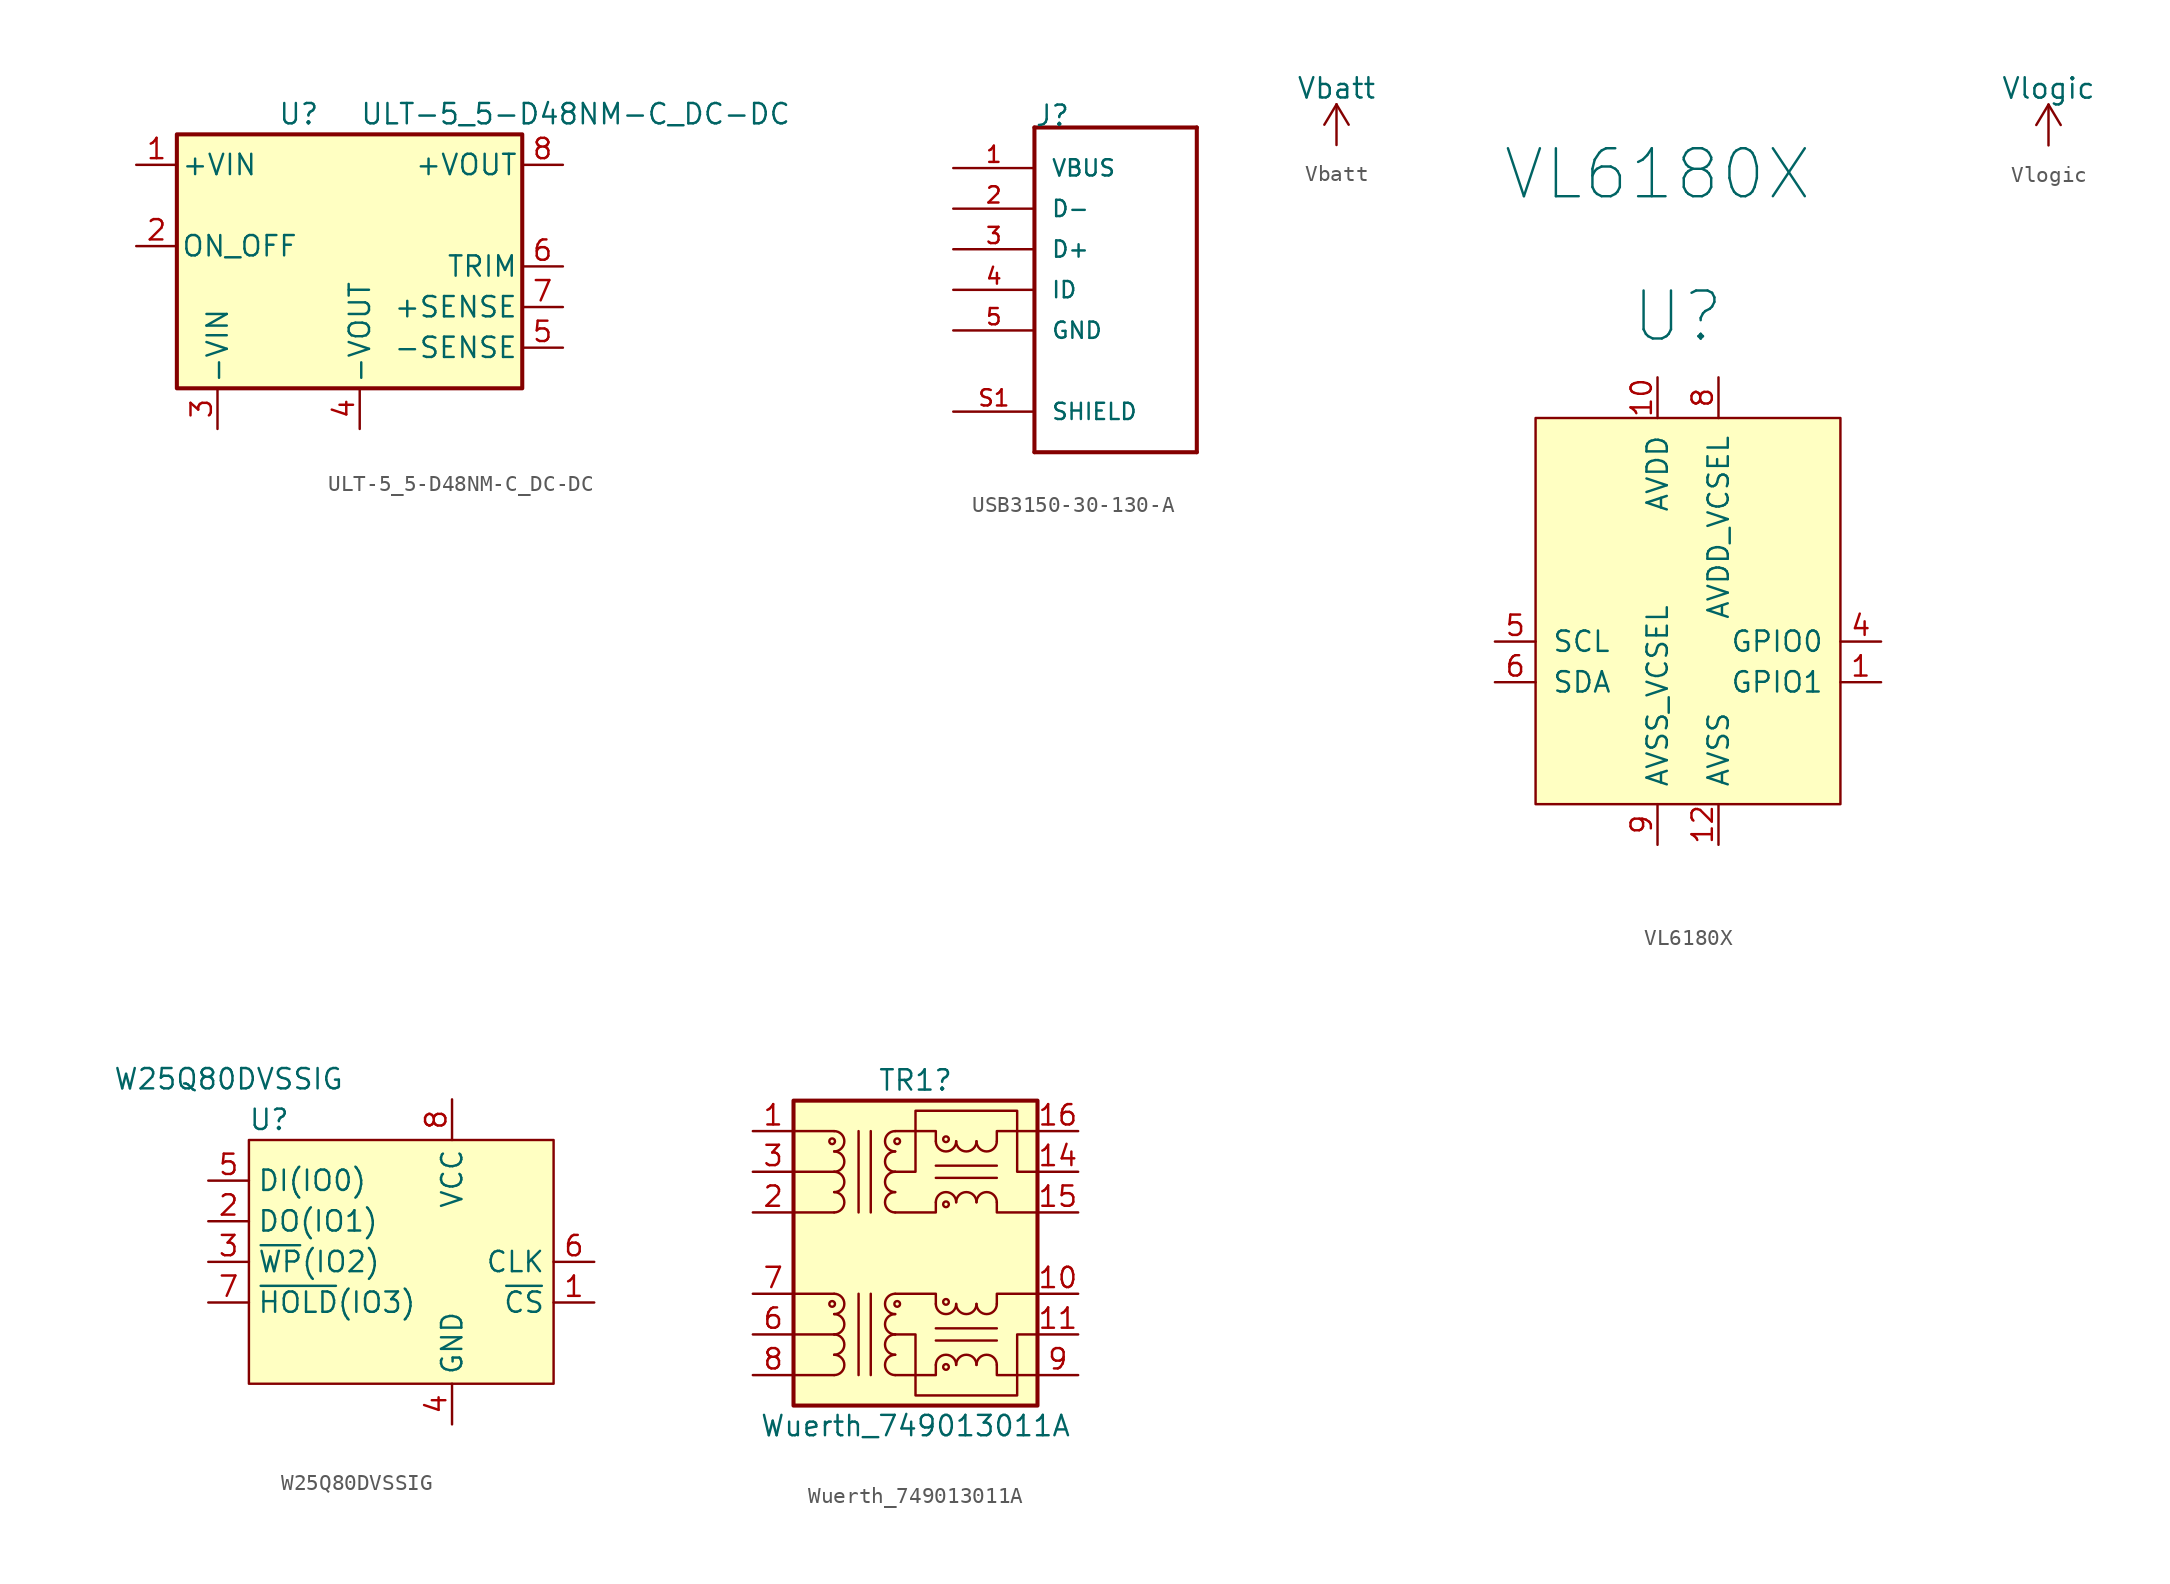
<source format=kicad_sym>
(kicad_symbol_lib
  (version 20220914)
  (generator kicad_symbol_editor)
  (symbol "ULT-5_5-D48NM-C_DC-DC"
    (pin_names
      (offset 0.254))
    (property "Reference" "U"
      (at -3.81 5.715 0)
      (effects (font (size 1.27 1.27))))
    (property "Value" "ULT-5_5-D48NM-C_DC-DC"
      (at 0 5.715 0)
      (effects (font (size 1.27 1.27)) (justify left)))
    (symbol "ULT-5_5-D48NM-C_DC-DC_0_1"
      (rectangle (start -11.43 4.445) (end 10.16 -11.43) (stroke (width 0.254) (type default)) (fill (type background))))
    (symbol "ULT-5_5-D48NM-C_DC-DC_1_1"
      (pin power_in line (at -13.97 2.54 0) (length 2.54) (name "+VIN" (effects (font (size 1.27 1.27)))) (number "1" (effects (font (size 1.27 1.27)))))
      (pin input line (at -13.97 -2.54 0) (length 2.54) (name "ON_OFF" (effects (font (size 1.27 1.27)))) (number "2" (effects (font (size 1.27 1.27)))))
      (pin power_in line (at -8.89 -13.97 90) (length 2.54) (name "-VIN" (effects (font (size 1.27 1.27)))) (number "3" (effects (font (size 1.27 1.27)))))
      (pin power_in line (at 0 -13.97 90) (length 2.54) (name "-VOUT" (effects (font (size 1.27 1.27)))) (number "4" (effects (font (size 1.27 1.27)))))
      (pin input line (at 12.7 -8.89 180) (length 2.54) (name "-SENSE" (effects (font (size 1.27 1.27)))) (number "5" (effects (font (size 1.27 1.27)))))
      (pin input line (at 12.7 -3.81 180) (length 2.54) (name "TRIM" (effects (font (size 1.27 1.27)))) (number "6" (effects (font (size 1.27 1.27)))))
      (pin input line (at 12.7 -6.35 180) (length 2.54) (name "+SENSE" (effects (font (size 1.27 1.27)))) (number "7" (effects (font (size 1.27 1.27)))))
      (pin power_out line (at 12.7 2.54 180) (length 2.54) (name "+VOUT" (effects (font (size 1.27 1.27)))) (number "8" (effects (font (size 1.27 1.27)))))))
  (symbol "USB3150-30-130-A"
    (pin_names
      (offset 1.016))
    (property "Reference" "J"
      (at -5.08 10.16 0)
      (effects (font (size 1.27 1.27)) (justify left bottom)))
    (symbol "USB3150-30-130-A_0_0"
      (polyline (pts (xy -5.08 -10.16) (xy 5.08 -10.16)) (stroke (width 0.254) (type default)) (fill (type none)))
      (polyline (pts (xy -5.08 10.16) (xy -5.08 -10.16)) (stroke (width 0.254) (type default)) (fill (type none)))
      (polyline (pts (xy 5.08 -10.16) (xy 5.08 10.16)) (stroke (width 0.254) (type default)) (fill (type none)))
      (polyline (pts (xy 5.08 10.16) (xy -5.08 10.16)) (stroke (width 0.254) (type default)) (fill (type none)))
      (pin passive line (at -10.16 7.62 0) (length 5.08) (name "VBUS" (effects (font (size 1.016 1.016)))) (number "1" (effects (font (size 1.016 1.016)))))
      (pin passive line (at -10.16 5.08 0) (length 5.08) (name "D-" (effects (font (size 1.016 1.016)))) (number "2" (effects (font (size 1.016 1.016)))))
      (pin passive line (at -10.16 2.54 0) (length 5.08) (name "D+" (effects (font (size 1.016 1.016)))) (number "3" (effects (font (size 1.016 1.016)))))
      (pin passive line (at -10.16 0 0) (length 5.08) (name "ID" (effects (font (size 1.016 1.016)))) (number "4" (effects (font (size 1.016 1.016)))))
      (pin passive line (at -10.16 -2.54 0) (length 5.08) (name "GND" (effects (font (size 1.016 1.016)))) (number "5" (effects (font (size 1.016 1.016)))))
      (pin passive line (at -10.16 -7.62 0) (length 5.08) (name "SHIELD" (effects (font (size 1.016 1.016)))) (number "S1" (effects (font (size 1.016 1.016)))))
      (pin passive line (at -10.16 -7.62 0) (length 5.08) hide (name "SHIELD" (effects (font (size 1.016 1.016)))) (number "S2" (effects (font (size 1.016 1.016)))))
      (pin passive line (at -10.16 -7.62 0) (length 5.08) hide (name "SHIELD" (effects (font (size 1.016 1.016)))) (number "S3" (effects (font (size 1.016 1.016)))))
      (pin passive line (at -10.16 -7.62 0) (length 5.08) hide (name "SHIELD" (effects (font (size 1.016 1.016)))) (number "S4" (effects (font (size 1.016 1.016)))))
      (pin passive line (at -10.16 -7.62 0) (length 5.08) hide (name "SHIELD" (effects (font (size 1.016 1.016)))) (number "S5" (effects (font (size 1.016 1.016)))))
      (pin passive line (at -10.16 -7.62 0) (length 5.08) hide (name "SHIELD" (effects (font (size 1.016 1.016)))) (number "S6" (effects (font (size 1.016 1.016)))))))
  (symbol "Vbatt"
    (power)
    (pin_names
      (offset 0))
    (property "Reference" "#PWR"
      (at 0 -3.81 0)
      (effects (font (size 1.27 1.27)) hide))
    (property "Value" "Vbatt"
      (at 0 3.556 0)
      (effects (font (size 1.27 1.27))))
    (symbol "Vbatt_0_1"
      (polyline (pts (xy -0.762 1.27) (xy 0 2.54)) (stroke (width 0) (type default)) (fill (type none)))
      (polyline (pts (xy 0 0) (xy 0 2.54)) (stroke (width 0) (type default)) (fill (type none)))
      (polyline (pts (xy 0 2.54) (xy 0.762 1.27)) (stroke (width 0) (type default)) (fill (type none))))
    (symbol "Vbatt_1_1"
      (pin power_in line (at 0 0 90) (length 0) hide (name "Vbatt" (effects (font (size 1.27 1.27)))) (number "1" (effects (font (size 1.27 1.27)))))))
  (symbol "VL6180X"
    (pin_names
      (offset 1.016))
    (property "Reference" "U"
      (at 0 17.78 0)
      (effects (font (size 2.997 2.997))))
    (property "Value" "VL6180X"
      (at -1.27 26.67 0)
      (effects (font (size 2.997 2.997))))
    (symbol "VL6180X_0_1"
      (rectangle (start -8.89 11.43) (end 10.16 -12.7) (stroke (width 0) (type default)) (fill (type background))))
    (symbol "VL6180X_1_1"
      (pin output line (at 12.7 -5.08 180) (length 2.54) (name "GPIO1" (effects (font (size 1.27 1.27)))) (number "1" (effects (font (size 1.27 1.27)))))
      (pin power_in line (at -1.27 13.97 270) (length 2.54) (name "AVDD" (effects (font (size 1.27 1.27)))) (number "10" (effects (font (size 1.27 1.27)))))
      (pin power_in line (at 2.54 -15.24 90) (length 2.54) (name "AVSS" (effects (font (size 1.27 1.27)))) (number "12" (effects (font (size 1.27 1.27)))))
      (pin output line (at 12.7 -2.54 180) (length 2.54) (name "GPIO0" (effects (font (size 1.27 1.27)))) (number "4" (effects (font (size 1.27 1.27)))))
      (pin input line (at -11.43 -2.54 0) (length 2.54) (name "SCL" (effects (font (size 1.27 1.27)))) (number "5" (effects (font (size 1.27 1.27)))))
      (pin bidirectional line (at -11.43 -5.08 0) (length 2.54) (name "SDA" (effects (font (size 1.27 1.27)))) (number "6" (effects (font (size 1.27 1.27)))))
      (pin power_in line (at 2.54 13.97 270) (length 2.54) (name "AVDD_VCSEL" (effects (font (size 1.27 1.27)))) (number "8" (effects (font (size 1.27 1.27)))))
      (pin power_in line (at -1.27 -15.24 90) (length 2.54) (name "AVSS_VCSEL" (effects (font (size 1.27 1.27)))) (number "9" (effects (font (size 1.27 1.27)))))))
  (symbol "Vlogic"
    (power)
    (pin_names
      (offset 0))
    (property "Reference" "#PWR"
      (at 0 -3.81 0)
      (effects (font (size 1.27 1.27)) hide))
    (property "Value" "Vlogic"
      (at 0 3.556 0)
      (effects (font (size 1.27 1.27))))
    (symbol "Vlogic_0_1"
      (polyline (pts (xy -0.762 1.27) (xy 0 2.54)) (stroke (width 0) (type default)) (fill (type none)))
      (polyline (pts (xy 0 0) (xy 0 2.54)) (stroke (width 0) (type default)) (fill (type none)))
      (polyline (pts (xy 0 2.54) (xy 0.762 1.27)) (stroke (width 0) (type default)) (fill (type none))))
    (symbol "Vlogic_1_1"
      (pin power_in line (at 0 0 90) (length 0) hide (name "Vlogic" (effects (font (size 1.27 1.27)))) (number "1" (effects (font (size 1.27 1.27)))))))
  (symbol "W25Q80DVSSIG"
    (property "Reference" "U"
      (at -7.62 8.89 0)
      (effects (font (size 1.27 1.27))))
    (property "Value" "W25Q80DVSSIG"
      (at -10.16 11.43 0)
      (effects (font (size 1.27 1.27))))
    (symbol "W25Q80DVSSIG_0_1"
      (rectangle (start -8.89 7.62) (end 10.16 -7.62) (stroke (width 0) (type default)) (fill (type background))))
    (symbol "W25Q80DVSSIG_1_1"
      (pin input line (at 12.7 -2.54 180) (length 2.54) (name "~{CS}" (effects (font (size 1.27 1.27)))) (number "1" (effects (font (size 1.27 1.27)))))
      (pin bidirectional line (at -11.43 2.54 0) (length 2.54) (name "DO(IO1)" (effects (font (size 1.27 1.27)))) (number "2" (effects (font (size 1.27 1.27)))))
      (pin bidirectional line (at -11.43 0 0) (length 2.54) (name "~{WP}(IO2)" (effects (font (size 1.27 1.27)))) (number "3" (effects (font (size 1.27 1.27)))))
      (pin power_in line (at 3.81 -10.16 90) (length 2.54) (name "GND" (effects (font (size 1.27 1.27)))) (number "4" (effects (font (size 1.27 1.27)))))
      (pin bidirectional line (at -11.43 5.08 0) (length 2.54) (name "DI(IO0)" (effects (font (size 1.27 1.27)))) (number "5" (effects (font (size 1.27 1.27)))))
      (pin input line (at 12.7 0 180) (length 2.54) (name "CLK" (effects (font (size 1.27 1.27)))) (number "6" (effects (font (size 1.27 1.27)))))
      (pin bidirectional line (at -11.43 -2.54 0) (length 2.54) (name "~{HOLD}(IO3)" (effects (font (size 1.27 1.27)))) (number "7" (effects (font (size 1.27 1.27)))))
      (pin power_in line (at 3.81 10.16 270) (length 2.54) (name "VCC" (effects (font (size 1.27 1.27)))) (number "8" (effects (font (size 1.27 1.27)))))))
  (symbol "Wuerth_749013011A"
    (pin_names hide)
    (property "Reference" "TR1"
      (at 0 10.795 0)
      (effects (font (size 1.27 1.27))))
    (property "Value" "Wuerth_749013011A"
      (at 0 -10.795 0)
      (effects (font (size 1.27 1.27))))
    (symbol "Wuerth_749013011A_0_1"
      (rectangle (start -7.62 9.525) (end 7.62 -9.525) (stroke (width 0.254) (type default)) (fill (type background)))
      (circle (center -5.207 6.985) (radius 0.178) (stroke (width 0) (type default)) (fill (type none)))
      (arc (start -5.08 6.35) (mid -4.4477 6.985) (end -5.08 7.62) (stroke (width 0) (type default)) (fill (type none)))
      (polyline (pts (xy -5.08 2.54) (xy -7.62 2.54)) (stroke (width 0) (type default)) (fill (type none)))
      (polyline (pts (xy -5.08 5.08) (xy -7.62 5.08)) (stroke (width 0) (type default)) (fill (type none)))
      (polyline (pts (xy -5.08 7.62) (xy -7.62 7.62)) (stroke (width 0) (type default)) (fill (type none)))
      (polyline (pts (xy -3.556 -2.54) (xy -3.556 -7.62)) (stroke (width 0) (type default)) (fill (type none)))
      (polyline (pts (xy -3.556 2.54) (xy -3.556 7.62)) (stroke (width 0) (type default)) (fill (type none)))
      (polyline (pts (xy -2.794 -7.62) (xy -2.794 -2.54)) (stroke (width 0) (type default)) (fill (type none)))
      (polyline (pts (xy -2.794 7.62) (xy -2.794 2.54)) (stroke (width 0) (type default)) (fill (type none)))
      (polyline (pts (xy 1.27 4.699) (xy 5.08 4.699)) (stroke (width 0) (type default)) (fill (type none)))
      (polyline (pts (xy 1.27 5.461) (xy 5.08 5.461)) (stroke (width 0) (type default)) (fill (type none)))
      (polyline (pts (xy -1.27 2.54) (xy 1.27 2.54) (xy 1.27 3.175)) (stroke (width 0) (type default)) (fill (type none)))
      (polyline (pts (xy 1.27 6.985) (xy 1.27 7.62) (xy -1.27 7.62)) (stroke (width 0) (type default)) (fill (type none)))
      (polyline (pts (xy 5.08 3.175) (xy 5.08 2.54) (xy 7.62 2.54)) (stroke (width 0) (type default)) (fill (type none)))
      (polyline (pts (xy 5.08 6.985) (xy 5.08 7.62) (xy 7.62 7.62)) (stroke (width 0) (type default)) (fill (type none)))
      (polyline (pts (xy -1.27 5.08) (xy 0 5.08) (xy 0 8.89) (xy 6.35 8.89) (xy 6.35 5.08) (xy 7.62 5.08)) (stroke (width 0) (type default)) (fill (type none))))
    (symbol "Wuerth_749013011A_1_1"
      (circle (center -5.207 -3.175) (radius 0.178) (stroke (width 0) (type default)) (fill (type none)))
      (arc (start -5.08 -7.62) (mid -4.4477 -6.985) (end -5.08 -6.35) (stroke (width 0) (type default)) (fill (type none)))
      (arc (start -5.08 -6.35) (mid -4.4477 -5.715) (end -5.08 -5.08) (stroke (width 0) (type default)) (fill (type none)))
      (arc (start -5.08 -5.08) (mid -4.4477 -4.445) (end -5.08 -3.81) (stroke (width 0) (type default)) (fill (type none)))
      (arc (start -5.08 -3.81) (mid -4.4477 -3.175) (end -5.08 -2.54) (stroke (width 0) (type default)) (fill (type none)))
      (arc (start -5.08 2.54) (mid -4.4477 3.175) (end -5.08 3.81) (stroke (width 0) (type default)) (fill (type none)))
      (arc (start -5.08 3.81) (mid -4.4477 4.445) (end -5.08 5.08) (stroke (width 0) (type default)) (fill (type none)))
      (arc (start -5.08 5.08) (mid -4.4477 5.715) (end -5.08 6.35) (stroke (width 0) (type default)) (fill (type none)))
      (arc (start -1.27 -6.35) (mid -1.9023 -6.985) (end -1.27 -7.62) (stroke (width 0) (type default)) (fill (type none)))
      (arc (start -1.27 -5.08) (mid -1.9023 -5.715) (end -1.27 -6.35) (stroke (width 0) (type default)) (fill (type none)))
      (arc (start -1.27 -3.81) (mid -1.9023 -4.445) (end -1.27 -5.08) (stroke (width 0) (type default)) (fill (type none)))
      (arc (start -1.27 -2.54) (mid -1.9023 -3.175) (end -1.27 -3.81) (stroke (width 0) (type default)) (fill (type none)))
      (arc (start -1.27 3.81) (mid -1.9023 3.175) (end -1.27 2.54) (stroke (width 0) (type default)) (fill (type none)))
      (arc (start -1.27 5.08) (mid -1.9023 4.445) (end -1.27 3.81) (stroke (width 0) (type default)) (fill (type none)))
      (arc (start -1.27 6.35) (mid -1.9023 5.715) (end -1.27 5.08) (stroke (width 0) (type default)) (fill (type none)))
      (arc (start -1.27 7.62) (mid -1.9023 6.985) (end -1.27 6.35) (stroke (width 0) (type default)) (fill (type none)))
      (circle (center -1.143 -3.175) (radius 0.178) (stroke (width 0) (type default)) (fill (type none)))
      (circle (center -1.143 6.985) (radius 0.178) (stroke (width 0) (type default)) (fill (type none)))
      (polyline (pts (xy -5.08 -7.62) (xy -7.62 -7.62)) (stroke (width 0) (type default)) (fill (type none)))
      (polyline (pts (xy -5.08 -5.08) (xy -7.62 -5.08)) (stroke (width 0) (type default)) (fill (type none)))
      (polyline (pts (xy -5.08 -2.54) (xy -7.62 -2.54)) (stroke (width 0) (type default)) (fill (type none)))
      (polyline (pts (xy 1.27 -5.461) (xy 5.08 -5.461)) (stroke (width 0) (type default)) (fill (type none)))
      (polyline (pts (xy 1.27 -4.699) (xy 5.08 -4.699)) (stroke (width 0) (type default)) (fill (type none)))
      (polyline (pts (xy -1.27 -7.62) (xy 1.27 -7.62) (xy 1.27 -6.985)) (stroke (width 0) (type default)) (fill (type none)))
      (polyline (pts (xy 1.27 -3.175) (xy 1.27 -2.54) (xy -1.27 -2.54)) (stroke (width 0) (type default)) (fill (type none)))
      (polyline (pts (xy 5.08 -6.985) (xy 5.08 -7.62) (xy 7.62 -7.62)) (stroke (width 0) (type default)) (fill (type none)))
      (polyline (pts (xy 5.08 -3.175) (xy 5.08 -2.54) (xy 7.62 -2.54)) (stroke (width 0) (type default)) (fill (type none)))
      (polyline (pts (xy 7.62 -5.08) (xy 6.35 -5.08) (xy 6.35 -8.89) (xy 0 -8.89) (xy 0 -5.08) (xy -1.27 -5.08)) (stroke (width 0) (type default)) (fill (type none)))
      (arc (start 1.27 -3.175) (mid 1.905 -3.8073) (end 2.54 -3.175) (stroke (width 0) (type default)) (fill (type none)))
      (arc (start 1.27 6.985) (mid 1.905 6.3527) (end 2.54 6.985) (stroke (width 0) (type default)) (fill (type none)))
      (circle (center 1.905 -7.112) (radius 0.178) (stroke (width 0) (type default)) (fill (type none)))
      (circle (center 1.905 -3.048) (radius 0.178) (stroke (width 0) (type default)) (fill (type none)))
      (circle (center 1.905 3.048) (radius 0.178) (stroke (width 0) (type default)) (fill (type none)))
      (circle (center 1.905 7.112) (radius 0.178) (stroke (width 0) (type default)) (fill (type none)))
      (arc (start 2.54 -6.985) (mid 1.905 -6.3527) (end 1.27 -6.985) (stroke (width 0) (type default)) (fill (type none)))
      (arc (start 2.54 -3.175) (mid 3.175 -3.8073) (end 3.81 -3.175) (stroke (width 0) (type default)) (fill (type none)))
      (arc (start 2.54 3.175) (mid 1.905 3.8073) (end 1.27 3.175) (stroke (width 0) (type default)) (fill (type none)))
      (arc (start 2.54 6.985) (mid 3.175 6.3527) (end 3.81 6.985) (stroke (width 0) (type default)) (fill (type none)))
      (arc (start 3.81 -6.985) (mid 3.175 -6.3527) (end 2.54 -6.985) (stroke (width 0) (type default)) (fill (type none)))
      (arc (start 3.81 -3.175) (mid 4.445 -3.8073) (end 5.08 -3.175) (stroke (width 0) (type default)) (fill (type none)))
      (arc (start 3.81 3.175) (mid 3.175 3.8073) (end 2.54 3.175) (stroke (width 0) (type default)) (fill (type none)))
      (arc (start 3.81 6.985) (mid 4.445 6.3527) (end 5.08 6.985) (stroke (width 0) (type default)) (fill (type none)))
      (arc (start 5.08 -6.985) (mid 4.445 -6.3527) (end 3.81 -6.985) (stroke (width 0) (type default)) (fill (type none)))
      (arc (start 5.08 3.175) (mid 4.445 3.8073) (end 3.81 3.175) (stroke (width 0) (type default)) (fill (type none)))
      (pin passive line (at -10.16 7.62 0) (length 2.54) (name "RD-" (effects (font (size 1.27 1.27)))) (number "1" (effects (font (size 1.27 1.27)))))
      (pin passive line (at 10.16 -2.54 180) (length 2.54) (name "TX-" (effects (font (size 1.27 1.27)))) (number "10" (effects (font (size 1.27 1.27)))))
      (pin passive line (at 10.16 -5.08 180) (length 2.54) (name "C_TX" (effects (font (size 1.27 1.27)))) (number "11" (effects (font (size 1.27 1.27)))))
      (pin passive line (at 10.16 5.08 180) (length 2.54) (name "C_RX" (effects (font (size 1.27 1.27)))) (number "14" (effects (font (size 1.27 1.27)))))
      (pin passive line (at 10.16 2.54 180) (length 2.54) (name "RX+" (effects (font (size 1.27 1.27)))) (number "15" (effects (font (size 1.27 1.27)))))
      (pin passive line (at 10.16 7.62 180) (length 2.54) (name "RX-" (effects (font (size 1.27 1.27)))) (number "16" (effects (font (size 1.27 1.27)))))
      (pin passive line (at -10.16 2.54 0) (length 2.54) (name "RD+" (effects (font (size 1.27 1.27)))) (number "2" (effects (font (size 1.27 1.27)))))
      (pin passive line (at -10.16 5.08 0) (length 2.54) (name "C_RD" (effects (font (size 1.27 1.27)))) (number "3" (effects (font (size 1.27 1.27)))))
      (pin passive line (at -10.16 -5.08 0) (length 2.54) (name "C_TD" (effects (font (size 1.27 1.27)))) (number "6" (effects (font (size 1.27 1.27)))))
      (pin passive line (at -10.16 -2.54 0) (length 2.54) (name "TD-" (effects (font (size 1.27 1.27)))) (number "7" (effects (font (size 1.27 1.27)))))
      (pin passive line (at -10.16 -7.62 0) (length 2.54) (name "TD+" (effects (font (size 1.27 1.27)))) (number "8" (effects (font (size 1.27 1.27)))))
      (pin passive line (at 10.16 -7.62 180) (length 2.54) (name "TX+" (effects (font (size 1.27 1.27)))) (number "9" (effects (font (size 1.27 1.27))))))))
</source>
